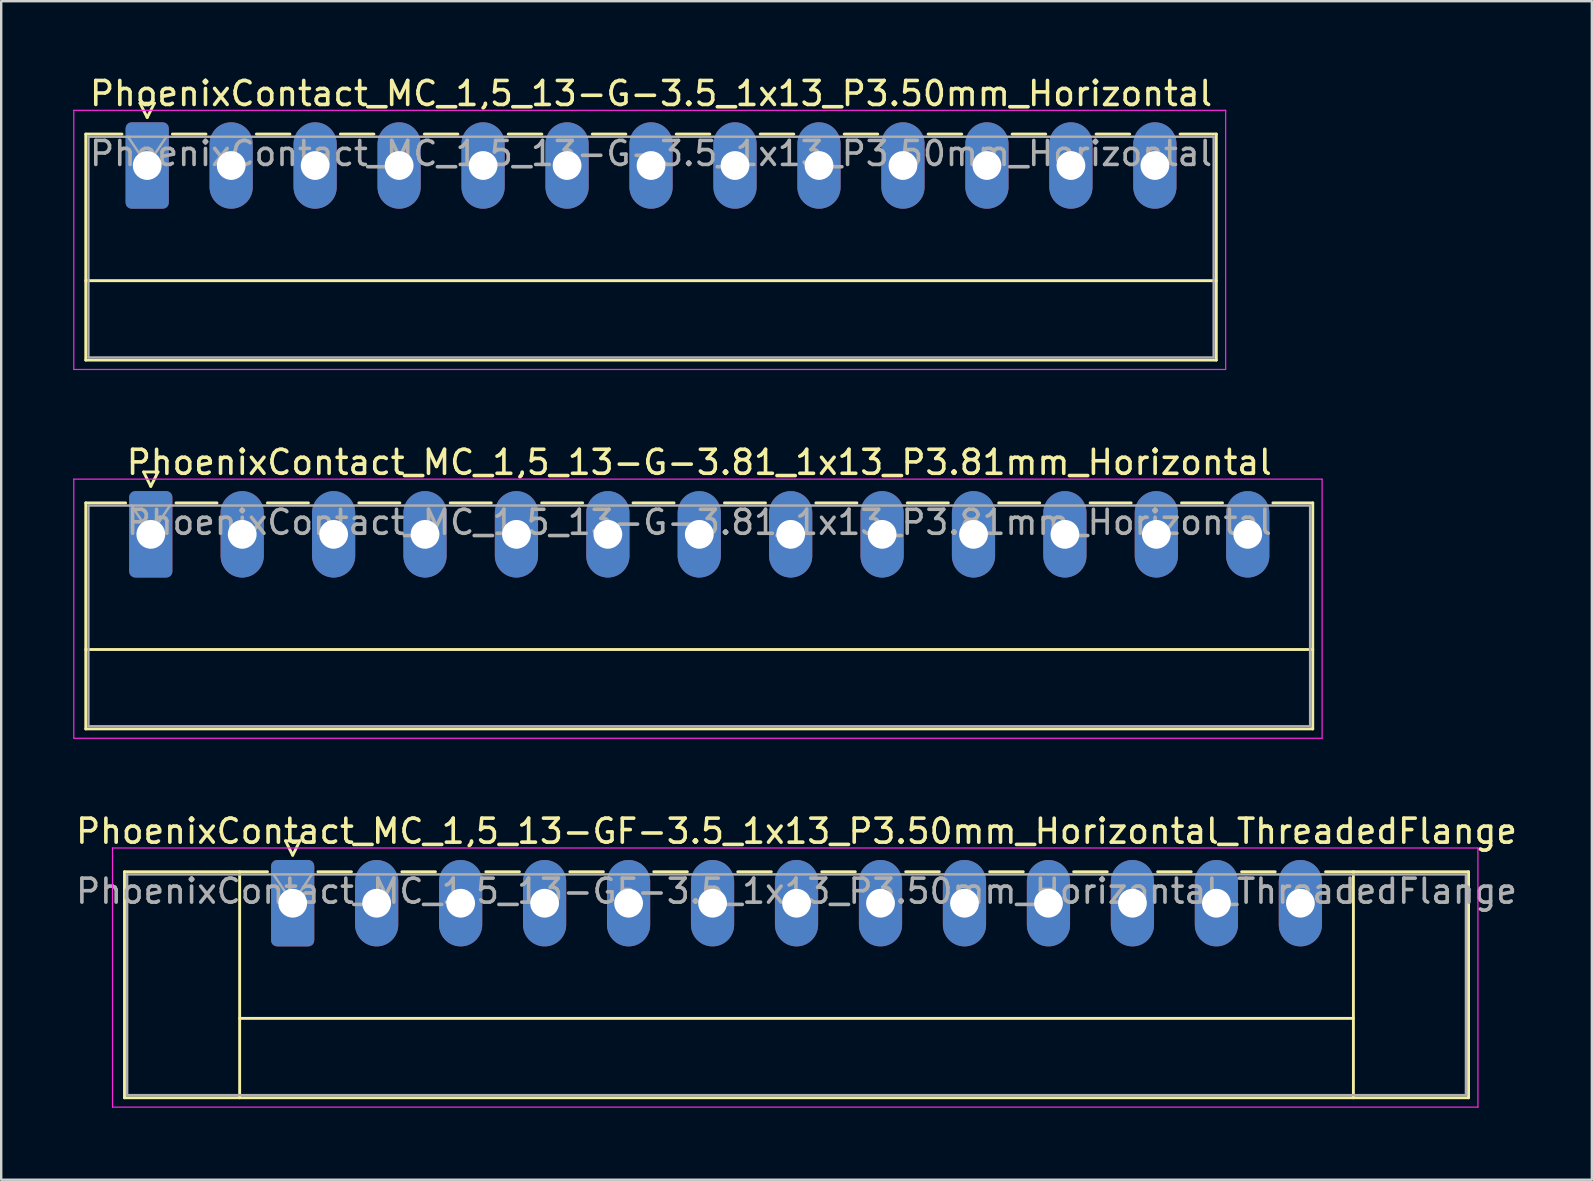
<source format=kicad_pcb>
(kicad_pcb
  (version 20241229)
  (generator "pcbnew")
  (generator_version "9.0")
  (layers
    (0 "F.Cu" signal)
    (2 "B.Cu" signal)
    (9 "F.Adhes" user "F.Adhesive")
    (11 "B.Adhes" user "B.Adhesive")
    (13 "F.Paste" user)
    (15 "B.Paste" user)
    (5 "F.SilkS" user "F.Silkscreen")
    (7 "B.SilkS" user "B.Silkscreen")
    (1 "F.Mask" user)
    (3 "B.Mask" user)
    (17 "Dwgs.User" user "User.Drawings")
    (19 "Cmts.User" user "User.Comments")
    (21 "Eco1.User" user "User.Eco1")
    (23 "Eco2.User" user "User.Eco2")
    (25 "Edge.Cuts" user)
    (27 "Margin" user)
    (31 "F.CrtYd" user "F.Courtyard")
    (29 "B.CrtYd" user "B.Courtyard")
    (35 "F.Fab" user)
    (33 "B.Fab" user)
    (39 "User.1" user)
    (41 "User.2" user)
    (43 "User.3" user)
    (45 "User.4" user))
  (footprint "PhoenixContact_MC_1,5_13-GF-3.5_1x13_P3.50mm_Horizontal_ThreadedFlange"
    (layer "F.Cu")
    (at 9.149 34.595)
    (property "Reference" "PhoenixContact_MC_1,5_13-GF-3.5_1x13_P3.50mm_Horizontal_ThreadedFlange" (at 21 -3 0) (layer "F.SilkS") (effects (font (size 1 1) (thickness 0.15))))
    (attr through_hole)
    (fp_line (start -7.01 -1.31) (end -7.01 8.11) (stroke (width 0.12) (type solid)) (layer "F.SilkS"))
    (fp_line (start -7.01 -1.31) (end -1.05 -1.31) (stroke (width 0.12) (type solid)) (layer "F.SilkS"))
    (fp_line (start -7.01 8.11) (end 49.01 8.11) (stroke (width 0.12) (type solid)) (layer "F.SilkS"))
    (fp_line (start -2.21 -1.31) (end -2.21 8.11) (stroke (width 0.12) (type solid)) (layer "F.SilkS"))
    (fp_line (start -2.21 4.8) (end 44.21 4.8) (stroke (width 0.12) (type solid)) (layer "F.SilkS"))
    (fp_line (start -0.3 -2.6) (end 0.3 -2.6) (stroke (width 0.12) (type solid)) (layer "F.SilkS"))
    (fp_line (start 0 -2) (end -0.3 -2.6) (stroke (width 0.12) (type solid)) (layer "F.SilkS"))
    (fp_line (start 0.3 -2.6) (end 0 -2) (stroke (width 0.12) (type solid)) (layer "F.SilkS"))
    (fp_line (start 1.05 -1.31) (end 2.45 -1.31) (stroke (width 0.12) (type solid)) (layer "F.SilkS"))
    (fp_line (start 4.55 -1.31) (end 5.95 -1.31) (stroke (width 0.12) (type solid)) (layer "F.SilkS"))
    (fp_line (start 8.05 -1.31) (end 9.45 -1.31) (stroke (width 0.12) (type solid)) (layer "F.SilkS"))
    (fp_line (start 11.55 -1.31) (end 12.95 -1.31) (stroke (width 0.12) (type solid)) (layer "F.SilkS"))
    (fp_line (start 15.05 -1.31) (end 16.45 -1.31) (stroke (width 0.12) (type solid)) (layer "F.SilkS"))
    (fp_line (start 18.55 -1.31) (end 19.95 -1.31) (stroke (width 0.12) (type solid)) (layer "F.SilkS"))
    (fp_line (start 22.05 -1.31) (end 23.45 -1.31) (stroke (width 0.12) (type solid)) (layer "F.SilkS"))
    (fp_line (start 25.55 -1.31) (end 26.95 -1.31) (stroke (width 0.12) (type solid)) (layer "F.SilkS"))
    (fp_line (start 29.05 -1.31) (end 30.45 -1.31) (stroke (width 0.12) (type solid)) (layer "F.SilkS"))
    (fp_line (start 32.55 -1.31) (end 33.95 -1.31) (stroke (width 0.12) (type solid)) (layer "F.SilkS"))
    (fp_line (start 36.05 -1.31) (end 37.45 -1.31) (stroke (width 0.12) (type solid)) (layer "F.SilkS"))
    (fp_line (start 39.55 -1.31) (end 40.95 -1.31) (stroke (width 0.12) (type solid)) (layer "F.SilkS"))
    (fp_line (start 44.21 -1.31) (end 44.21 8.11) (stroke (width 0.12) (type solid)) (layer "F.SilkS"))
    (fp_line (start 49.01 -1.31) (end 43.05 -1.31) (stroke (width 0.12) (type solid)) (layer "F.SilkS"))
    (fp_line (start 49.01 8.11) (end 49.01 -1.31) (stroke (width 0.12) (type solid)) (layer "F.SilkS"))
    (fp_line (start -7.51 -2.3) (end -7.51 8.5) (stroke (width 0.05) (type solid)) (layer "F.CrtYd"))
    (fp_line (start -7.51 8.5) (end 49.4 8.5) (stroke (width 0.05) (type solid)) (layer "F.CrtYd"))
    (fp_line (start 49.4 -2.3) (end -7.51 -2.3) (stroke (width 0.05) (type solid)) (layer "F.CrtYd"))
    (fp_line (start 49.4 8.5) (end 49.4 -2.3) (stroke (width 0.05) (type solid)) (layer "F.CrtYd"))
    (fp_line (start -6.9 -1.2) (end -6.9 8) (stroke (width 0.1) (type solid)) (layer "F.Fab"))
    (fp_line (start -6.9 8) (end 48.9 8) (stroke (width 0.1) (type solid)) (layer "F.Fab"))
    (fp_line (start 0 0) (end -0.8 -1.2) (stroke (width 0.1) (type solid)) (layer "F.Fab"))
    (fp_line (start 0.8 -1.2) (end 0 0) (stroke (width 0.1) (type solid)) (layer "F.Fab"))
    (fp_line (start 48.9 -1.2) (end -6.9 -1.2) (stroke (width 0.1) (type solid)) (layer "F.Fab"))
    (fp_line (start 48.9 8) (end 48.9 -1.2) (stroke (width 0.1) (type solid)) (layer "F.Fab"))
    (fp_text user "${REFERENCE}" (at 21 -0.5 0) (layer "F.Fab") (effects (font (size 1 1) (thickness 0.15))))
    (pad "1" thru_hole roundrect (at 0 0) (size 1.8 3.6) (drill 1.2) (layers "*.Cu" "*.Mask") (roundrect_rratio 0.139))
    (pad "2" thru_hole oval (at 3.5 0) (size 1.8 3.6) (drill 1.2) (layers "*.Cu" "*.Mask"))
    (pad "3" thru_hole oval (at 7 0) (size 1.8 3.6) (drill 1.2) (layers "*.Cu" "*.Mask"))
    (pad "4" thru_hole oval (at 10.5 0) (size 1.8 3.6) (drill 1.2) (layers "*.Cu" "*.Mask"))
    (pad "5" thru_hole oval (at 14 0) (size 1.8 3.6) (drill 1.2) (layers "*.Cu" "*.Mask"))
    (pad "6" thru_hole oval (at 17.5 0) (size 1.8 3.6) (drill 1.2) (layers "*.Cu" "*.Mask"))
    (pad "7" thru_hole oval (at 21 0) (size 1.8 3.6) (drill 1.2) (layers "*.Cu" "*.Mask"))
    (pad "8" thru_hole oval (at 24.5 0) (size 1.8 3.6) (drill 1.2) (layers "*.Cu" "*.Mask"))
    (pad "9" thru_hole oval (at 28 0) (size 1.8 3.6) (drill 1.2) (layers "*.Cu" "*.Mask"))
    (pad "10" thru_hole oval (at 31.5 0) (size 1.8 3.6) (drill 1.2) (layers "*.Cu" "*.Mask"))
    (pad "11" thru_hole oval (at 35 0) (size 1.8 3.6) (drill 1.2) (layers "*.Cu" "*.Mask"))
    (pad "12" thru_hole oval (at 38.5 0) (size 1.8 3.6) (drill 1.2) (layers "*.Cu" "*.Mask"))
    (pad "13" thru_hole oval (at 42 0) (size 1.8 3.6) (drill 1.2) (layers "*.Cu" "*.Mask")))
  (footprint "PhoenixContact_MC_1,5_13-G-3.81_1x13_P3.81mm_Horizontal"
    (layer "F.Cu")
    (at 3.235 19.221)
    (property "Reference" "PhoenixContact_MC_1,5_13-G-3.81_1x13_P3.81mm_Horizontal" (at 22.86 -3 0) (layer "F.SilkS") (effects (font (size 1 1) (thickness 0.15))))
    (attr through_hole)
    (fp_line (start -2.71 -1.31) (end -2.71 8.11) (stroke (width 0.12) (type solid)) (layer "F.SilkS"))
    (fp_line (start -2.71 -1.31) (end -1.05 -1.31) (stroke (width 0.12) (type solid)) (layer "F.SilkS"))
    (fp_line (start -2.71 4.8) (end 48.43 4.8) (stroke (width 0.12) (type solid)) (layer "F.SilkS"))
    (fp_line (start -2.71 8.11) (end 48.43 8.11) (stroke (width 0.12) (type solid)) (layer "F.SilkS"))
    (fp_line (start -0.3 -2.6) (end 0.3 -2.6) (stroke (width 0.12) (type solid)) (layer "F.SilkS"))
    (fp_line (start 0 -2) (end -0.3 -2.6) (stroke (width 0.12) (type solid)) (layer "F.SilkS"))
    (fp_line (start 0.3 -2.6) (end 0 -2) (stroke (width 0.12) (type solid)) (layer "F.SilkS"))
    (fp_line (start 1.05 -1.31) (end 2.76 -1.31) (stroke (width 0.12) (type solid)) (layer "F.SilkS"))
    (fp_line (start 4.86 -1.31) (end 6.57 -1.31) (stroke (width 0.12) (type solid)) (layer "F.SilkS"))
    (fp_line (start 8.67 -1.31) (end 10.38 -1.31) (stroke (width 0.12) (type solid)) (layer "F.SilkS"))
    (fp_line (start 12.48 -1.31) (end 14.19 -1.31) (stroke (width 0.12) (type solid)) (layer "F.SilkS"))
    (fp_line (start 16.29 -1.31) (end 18 -1.31) (stroke (width 0.12) (type solid)) (layer "F.SilkS"))
    (fp_line (start 20.1 -1.31) (end 21.81 -1.31) (stroke (width 0.12) (type solid)) (layer "F.SilkS"))
    (fp_line (start 23.91 -1.31) (end 25.62 -1.31) (stroke (width 0.12) (type solid)) (layer "F.SilkS"))
    (fp_line (start 27.72 -1.31) (end 29.43 -1.31) (stroke (width 0.12) (type solid)) (layer "F.SilkS"))
    (fp_line (start 31.53 -1.31) (end 33.24 -1.31) (stroke (width 0.12) (type solid)) (layer "F.SilkS"))
    (fp_line (start 35.34 -1.31) (end 37.05 -1.31) (stroke (width 0.12) (type solid)) (layer "F.SilkS"))
    (fp_line (start 39.15 -1.31) (end 40.86 -1.31) (stroke (width 0.12) (type solid)) (layer "F.SilkS"))
    (fp_line (start 42.96 -1.31) (end 44.67 -1.31) (stroke (width 0.12) (type solid)) (layer "F.SilkS"))
    (fp_line (start 48.43 -1.31) (end 46.77 -1.31) (stroke (width 0.12) (type solid)) (layer "F.SilkS"))
    (fp_line (start 48.43 8.11) (end 48.43 -1.31) (stroke (width 0.12) (type solid)) (layer "F.SilkS"))
    (fp_line (start -3.21 -2.3) (end -3.21 8.5) (stroke (width 0.05) (type solid)) (layer "F.CrtYd"))
    (fp_line (start -3.21 8.5) (end 48.82 8.5) (stroke (width 0.05) (type solid)) (layer "F.CrtYd"))
    (fp_line (start 48.82 -2.3) (end -3.21 -2.3) (stroke (width 0.05) (type solid)) (layer "F.CrtYd"))
    (fp_line (start 48.82 8.5) (end 48.82 -2.3) (stroke (width 0.05) (type solid)) (layer "F.CrtYd"))
    (fp_line (start -2.6 -1.2) (end -2.6 8) (stroke (width 0.1) (type solid)) (layer "F.Fab"))
    (fp_line (start -2.6 8) (end 48.32 8) (stroke (width 0.1) (type solid)) (layer "F.Fab"))
    (fp_line (start 0 0) (end -0.8 -1.2) (stroke (width 0.1) (type solid)) (layer "F.Fab"))
    (fp_line (start 0.8 -1.2) (end 0 0) (stroke (width 0.1) (type solid)) (layer "F.Fab"))
    (fp_line (start 48.32 -1.2) (end -2.6 -1.2) (stroke (width 0.1) (type solid)) (layer "F.Fab"))
    (fp_line (start 48.32 8) (end 48.32 -1.2) (stroke (width 0.1) (type solid)) (layer "F.Fab"))
    (fp_text user "${REFERENCE}" (at 22.86 -0.5 0) (layer "F.Fab") (effects (font (size 1 1) (thickness 0.15))))
    (pad "1" thru_hole roundrect (at 0 0) (size 1.8 3.6) (drill 1.2) (layers "*.Cu" "*.Mask") (roundrect_rratio 0.139))
    (pad "2" thru_hole oval (at 3.81 0) (size 1.8 3.6) (drill 1.2) (layers "*.Cu" "*.Mask"))
    (pad "3" thru_hole oval (at 7.62 0) (size 1.8 3.6) (drill 1.2) (layers "*.Cu" "*.Mask"))
    (pad "4" thru_hole oval (at 11.43 0) (size 1.8 3.6) (drill 1.2) (layers "*.Cu" "*.Mask"))
    (pad "5" thru_hole oval (at 15.24 0) (size 1.8 3.6) (drill 1.2) (layers "*.Cu" "*.Mask"))
    (pad "6" thru_hole oval (at 19.05 0) (size 1.8 3.6) (drill 1.2) (layers "*.Cu" "*.Mask"))
    (pad "7" thru_hole oval (at 22.86 0) (size 1.8 3.6) (drill 1.2) (layers "*.Cu" "*.Mask"))
    (pad "8" thru_hole oval (at 26.67 0) (size 1.8 3.6) (drill 1.2) (layers "*.Cu" "*.Mask"))
    (pad "9" thru_hole oval (at 30.48 0) (size 1.8 3.6) (drill 1.2) (layers "*.Cu" "*.Mask"))
    (pad "10" thru_hole oval (at 34.29 0) (size 1.8 3.6) (drill 1.2) (layers "*.Cu" "*.Mask"))
    (pad "11" thru_hole oval (at 38.1 0) (size 1.8 3.6) (drill 1.2) (layers "*.Cu" "*.Mask"))
    (pad "12" thru_hole oval (at 41.91 0) (size 1.8 3.6) (drill 1.2) (layers "*.Cu" "*.Mask"))
    (pad "13" thru_hole oval (at 45.72 0) (size 1.8 3.6) (drill 1.2) (layers "*.Cu" "*.Mask")))
  (footprint "PhoenixContact_MC_1,5_13-G-3.5_1x13_P3.50mm_Horizontal"
    (layer "F.Cu")
    (at 3.085 3.848)
    (property "Reference" "PhoenixContact_MC_1,5_13-G-3.5_1x13_P3.50mm_Horizontal" (at 21 -3 0) (layer "F.SilkS") (effects (font (size 1 1) (thickness 0.15))))
    (attr through_hole)
    (fp_line (start -2.56 -1.31) (end -2.56 8.11) (stroke (width 0.12) (type solid)) (layer "F.SilkS"))
    (fp_line (start -2.56 -1.31) (end -1.05 -1.31) (stroke (width 0.12) (type solid)) (layer "F.SilkS"))
    (fp_line (start -2.56 4.8) (end 44.56 4.8) (stroke (width 0.12) (type solid)) (layer "F.SilkS"))
    (fp_line (start -2.56 8.11) (end 44.56 8.11) (stroke (width 0.12) (type solid)) (layer "F.SilkS"))
    (fp_line (start -0.3 -2.6) (end 0.3 -2.6) (stroke (width 0.12) (type solid)) (layer "F.SilkS"))
    (fp_line (start 0 -2) (end -0.3 -2.6) (stroke (width 0.12) (type solid)) (layer "F.SilkS"))
    (fp_line (start 0.3 -2.6) (end 0 -2) (stroke (width 0.12) (type solid)) (layer "F.SilkS"))
    (fp_line (start 1.05 -1.31) (end 2.45 -1.31) (stroke (width 0.12) (type solid)) (layer "F.SilkS"))
    (fp_line (start 4.55 -1.31) (end 5.95 -1.31) (stroke (width 0.12) (type solid)) (layer "F.SilkS"))
    (fp_line (start 8.05 -1.31) (end 9.45 -1.31) (stroke (width 0.12) (type solid)) (layer "F.SilkS"))
    (fp_line (start 11.55 -1.31) (end 12.95 -1.31) (stroke (width 0.12) (type solid)) (layer "F.SilkS"))
    (fp_line (start 15.05 -1.31) (end 16.45 -1.31) (stroke (width 0.12) (type solid)) (layer "F.SilkS"))
    (fp_line (start 18.55 -1.31) (end 19.95 -1.31) (stroke (width 0.12) (type solid)) (layer "F.SilkS"))
    (fp_line (start 22.05 -1.31) (end 23.45 -1.31) (stroke (width 0.12) (type solid)) (layer "F.SilkS"))
    (fp_line (start 25.55 -1.31) (end 26.95 -1.31) (stroke (width 0.12) (type solid)) (layer "F.SilkS"))
    (fp_line (start 29.05 -1.31) (end 30.45 -1.31) (stroke (width 0.12) (type solid)) (layer "F.SilkS"))
    (fp_line (start 32.55 -1.31) (end 33.95 -1.31) (stroke (width 0.12) (type solid)) (layer "F.SilkS"))
    (fp_line (start 36.05 -1.31) (end 37.45 -1.31) (stroke (width 0.12) (type solid)) (layer "F.SilkS"))
    (fp_line (start 39.55 -1.31) (end 40.95 -1.31) (stroke (width 0.12) (type solid)) (layer "F.SilkS"))
    (fp_line (start 44.56 -1.31) (end 43.05 -1.31) (stroke (width 0.12) (type solid)) (layer "F.SilkS"))
    (fp_line (start 44.56 8.11) (end 44.56 -1.31) (stroke (width 0.12) (type solid)) (layer "F.SilkS"))
    (fp_line (start -3.06 -2.3) (end -3.06 8.5) (stroke (width 0.05) (type solid)) (layer "F.CrtYd"))
    (fp_line (start -3.06 8.5) (end 44.95 8.5) (stroke (width 0.05) (type solid)) (layer "F.CrtYd"))
    (fp_line (start 44.95 -2.3) (end -3.06 -2.3) (stroke (width 0.05) (type solid)) (layer "F.CrtYd"))
    (fp_line (start 44.95 8.5) (end 44.95 -2.3) (stroke (width 0.05) (type solid)) (layer "F.CrtYd"))
    (fp_line (start -2.45 -1.2) (end -2.45 8) (stroke (width 0.1) (type solid)) (layer "F.Fab"))
    (fp_line (start -2.45 8) (end 44.45 8) (stroke (width 0.1) (type solid)) (layer "F.Fab"))
    (fp_line (start 0 0) (end -0.8 -1.2) (stroke (width 0.1) (type solid)) (layer "F.Fab"))
    (fp_line (start 0.8 -1.2) (end 0 0) (stroke (width 0.1) (type solid)) (layer "F.Fab"))
    (fp_line (start 44.45 -1.2) (end -2.45 -1.2) (stroke (width 0.1) (type solid)) (layer "F.Fab"))
    (fp_line (start 44.45 8) (end 44.45 -1.2) (stroke (width 0.1) (type solid)) (layer "F.Fab"))
    (fp_text user "${REFERENCE}" (at 21 -0.5 0) (layer "F.Fab") (effects (font (size 1 1) (thickness 0.15))))
    (pad "1" thru_hole roundrect (at 0 0) (size 1.8 3.6) (drill 1.2) (layers "*.Cu" "*.Mask") (roundrect_rratio 0.139))
    (pad "2" thru_hole oval (at 3.5 0) (size 1.8 3.6) (drill 1.2) (layers "*.Cu" "*.Mask"))
    (pad "3" thru_hole oval (at 7 0) (size 1.8 3.6) (drill 1.2) (layers "*.Cu" "*.Mask"))
    (pad "4" thru_hole oval (at 10.5 0) (size 1.8 3.6) (drill 1.2) (layers "*.Cu" "*.Mask"))
    (pad "5" thru_hole oval (at 14 0) (size 1.8 3.6) (drill 1.2) (layers "*.Cu" "*.Mask"))
    (pad "6" thru_hole oval (at 17.5 0) (size 1.8 3.6) (drill 1.2) (layers "*.Cu" "*.Mask"))
    (pad "7" thru_hole oval (at 21 0) (size 1.8 3.6) (drill 1.2) (layers "*.Cu" "*.Mask"))
    (pad "8" thru_hole oval (at 24.5 0) (size 1.8 3.6) (drill 1.2) (layers "*.Cu" "*.Mask"))
    (pad "9" thru_hole oval (at 28 0) (size 1.8 3.6) (drill 1.2) (layers "*.Cu" "*.Mask"))
    (pad "10" thru_hole oval (at 31.5 0) (size 1.8 3.6) (drill 1.2) (layers "*.Cu" "*.Mask"))
    (pad "11" thru_hole oval (at 35 0) (size 1.8 3.6) (drill 1.2) (layers "*.Cu" "*.Mask"))
    (pad "12" thru_hole oval (at 38.5 0) (size 1.8 3.6) (drill 1.2) (layers "*.Cu" "*.Mask"))
    (pad "13" thru_hole oval (at 42 0) (size 1.8 3.6) (drill 1.2) (layers "*.Cu" "*.Mask")))
  (gr_rect
    (start -3 -3)
    (end 63.298 46.12)
    (stroke (width 0.1) (type default))
    (fill no)
    (layer "Edge.Cuts")))
</source>
